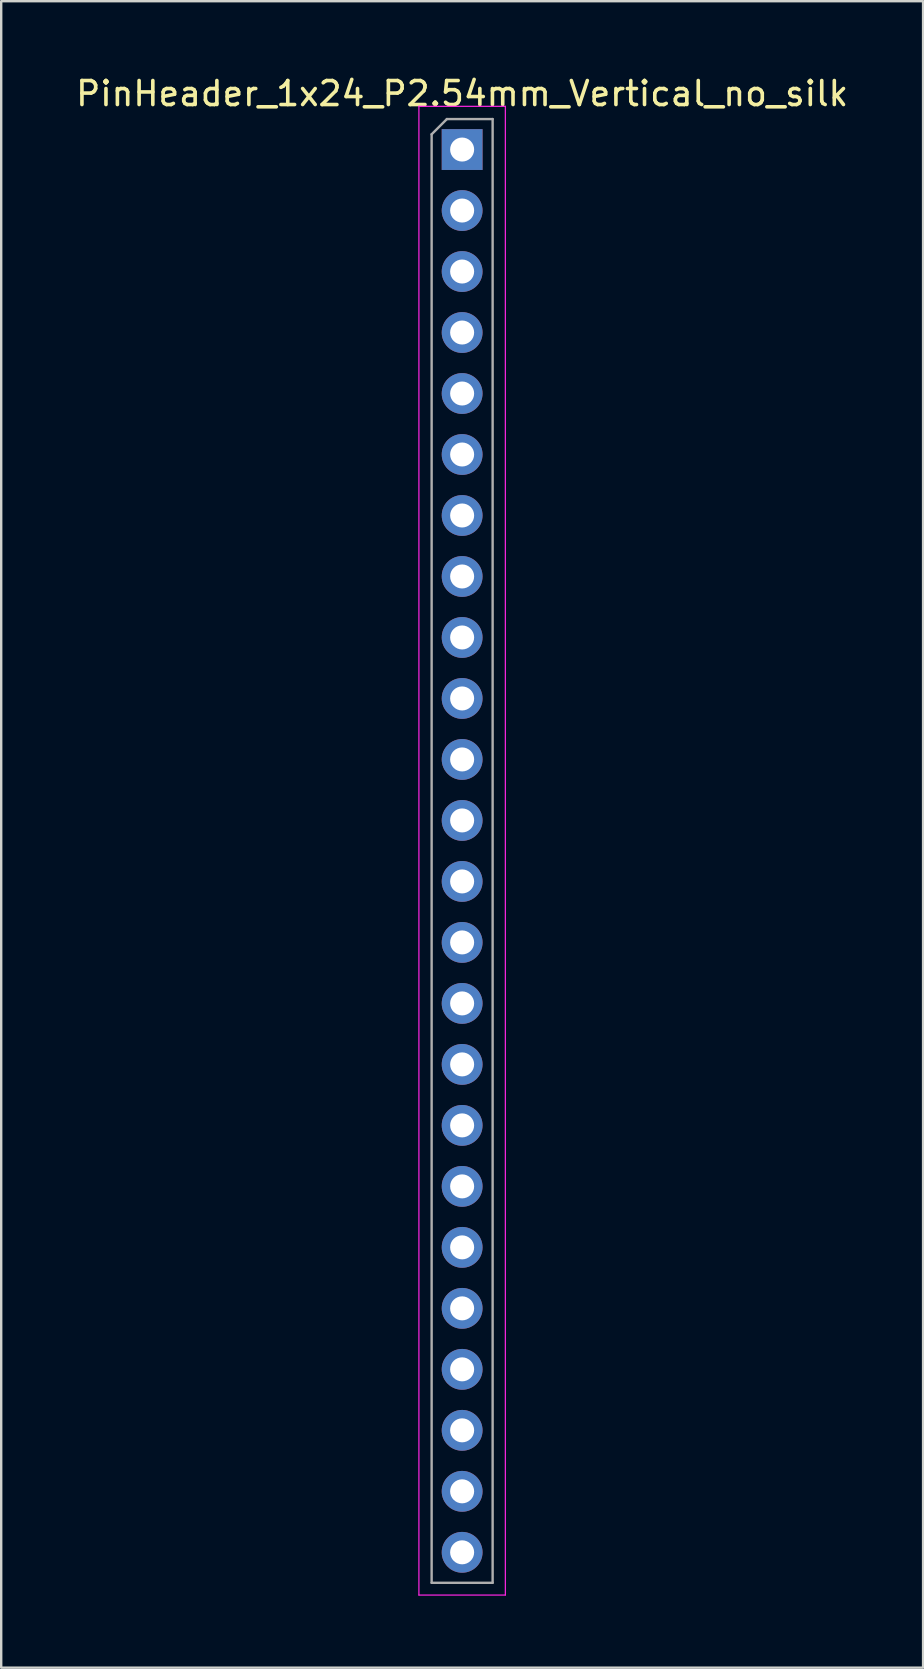
<source format=kicad_pcb>
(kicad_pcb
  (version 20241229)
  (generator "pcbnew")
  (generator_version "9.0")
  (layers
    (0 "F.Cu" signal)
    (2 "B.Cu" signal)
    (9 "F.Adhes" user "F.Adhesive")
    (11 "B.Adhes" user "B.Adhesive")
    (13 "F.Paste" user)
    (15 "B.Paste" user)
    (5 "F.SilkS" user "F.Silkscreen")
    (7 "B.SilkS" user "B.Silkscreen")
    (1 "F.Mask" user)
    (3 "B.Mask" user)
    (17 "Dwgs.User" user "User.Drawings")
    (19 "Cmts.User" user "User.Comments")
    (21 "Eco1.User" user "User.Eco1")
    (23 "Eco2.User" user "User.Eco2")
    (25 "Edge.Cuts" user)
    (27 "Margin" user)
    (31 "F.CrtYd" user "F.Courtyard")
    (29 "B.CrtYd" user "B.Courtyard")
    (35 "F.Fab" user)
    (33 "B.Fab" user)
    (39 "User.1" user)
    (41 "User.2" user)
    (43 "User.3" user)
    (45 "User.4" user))
  (footprint "PinHeader_1x24_P2.54mm_Vertical_no_silk"
    (layer "F.Cu")
    (at 16.196 3.178)
    (property "Reference" "PinHeader_1x24_P2.54mm_Vertical_no_silk" (at 0 -2.33 0) (layer "F.SilkS") (effects (font (size 1 1) (thickness 0.15))))
    (attr through_hole)
    (fp_line (start -1.8 -1.8) (end -1.8 60.2) (stroke (width 0.05) (type solid)) (layer "F.CrtYd"))
    (fp_line (start -1.8 60.2) (end 1.8 60.2) (stroke (width 0.05) (type solid)) (layer "F.CrtYd"))
    (fp_line (start 1.8 -1.8) (end -1.8 -1.8) (stroke (width 0.05) (type solid)) (layer "F.CrtYd"))
    (fp_line (start 1.8 60.2) (end 1.8 -1.8) (stroke (width 0.05) (type solid)) (layer "F.CrtYd"))
    (fp_line (start -1.27 -0.635) (end -0.635 -1.27) (stroke (width 0.1) (type solid)) (layer "F.Fab"))
    (fp_line (start -1.27 59.69) (end -1.27 -0.635) (stroke (width 0.1) (type solid)) (layer "F.Fab"))
    (fp_line (start -0.635 -1.27) (end 1.27 -1.27) (stroke (width 0.1) (type solid)) (layer "F.Fab"))
    (fp_line (start 1.27 -1.27) (end 1.27 59.69) (stroke (width 0.1) (type solid)) (layer "F.Fab"))
    (fp_line (start 1.27 59.69) (end -1.27 59.69) (stroke (width 0.1) (type solid)) (layer "F.Fab"))
    (pad "1" thru_hole rect (at 0 0) (size 1.7 1.7) (drill 1) (layers "*.Cu" "*.Mask"))
    (pad "2" thru_hole oval (at 0 2.54) (size 1.7 1.7) (drill 1) (layers "*.Cu" "*.Mask"))
    (pad "3" thru_hole oval (at 0 5.08) (size 1.7 1.7) (drill 1) (layers "*.Cu" "*.Mask"))
    (pad "4" thru_hole oval (at 0 7.62) (size 1.7 1.7) (drill 1) (layers "*.Cu" "*.Mask"))
    (pad "5" thru_hole oval (at 0 10.16) (size 1.7 1.7) (drill 1) (layers "*.Cu" "*.Mask"))
    (pad "6" thru_hole oval (at 0 12.7) (size 1.7 1.7) (drill 1) (layers "*.Cu" "*.Mask"))
    (pad "7" thru_hole oval (at 0 15.24) (size 1.7 1.7) (drill 1) (layers "*.Cu" "*.Mask"))
    (pad "8" thru_hole oval (at 0 17.78) (size 1.7 1.7) (drill 1) (layers "*.Cu" "*.Mask"))
    (pad "9" thru_hole oval (at 0 20.32) (size 1.7 1.7) (drill 1) (layers "*.Cu" "*.Mask"))
    (pad "10" thru_hole oval (at 0 22.86) (size 1.7 1.7) (drill 1) (layers "*.Cu" "*.Mask"))
    (pad "11" thru_hole oval (at 0 25.4) (size 1.7 1.7) (drill 1) (layers "*.Cu" "*.Mask"))
    (pad "12" thru_hole oval (at 0 27.94) (size 1.7 1.7) (drill 1) (layers "*.Cu" "*.Mask"))
    (pad "13" thru_hole oval (at 0 30.48) (size 1.7 1.7) (drill 1) (layers "*.Cu" "*.Mask"))
    (pad "14" thru_hole oval (at 0 33.02) (size 1.7 1.7) (drill 1) (layers "*.Cu" "*.Mask"))
    (pad "15" thru_hole oval (at 0 35.56) (size 1.7 1.7) (drill 1) (layers "*.Cu" "*.Mask"))
    (pad "16" thru_hole oval (at 0 38.1) (size 1.7 1.7) (drill 1) (layers "*.Cu" "*.Mask"))
    (pad "17" thru_hole oval (at 0 40.64) (size 1.7 1.7) (drill 1) (layers "*.Cu" "*.Mask"))
    (pad "18" thru_hole oval (at 0 43.18) (size 1.7 1.7) (drill 1) (layers "*.Cu" "*.Mask"))
    (pad "19" thru_hole oval (at 0 45.72) (size 1.7 1.7) (drill 1) (layers "*.Cu" "*.Mask"))
    (pad "20" thru_hole oval (at 0 48.26) (size 1.7 1.7) (drill 1) (layers "*.Cu" "*.Mask"))
    (pad "21" thru_hole oval (at 0 50.8) (size 1.7 1.7) (drill 1) (layers "*.Cu" "*.Mask"))
    (pad "22" thru_hole oval (at 0 53.34) (size 1.7 1.7) (drill 1) (layers "*.Cu" "*.Mask"))
    (pad "23" thru_hole oval (at 0 55.88) (size 1.7 1.7) (drill 1) (layers "*.Cu" "*.Mask"))
    (pad "24" thru_hole oval (at 0 58.42) (size 1.7 1.7) (drill 1) (layers "*.Cu" "*.Mask")))
  (gr_rect
    (start -3 -3)
    (end 35.393 66.403)
    (stroke (width 0.1) (type default))
    (fill no)
    (layer "Edge.Cuts")))
</source>
